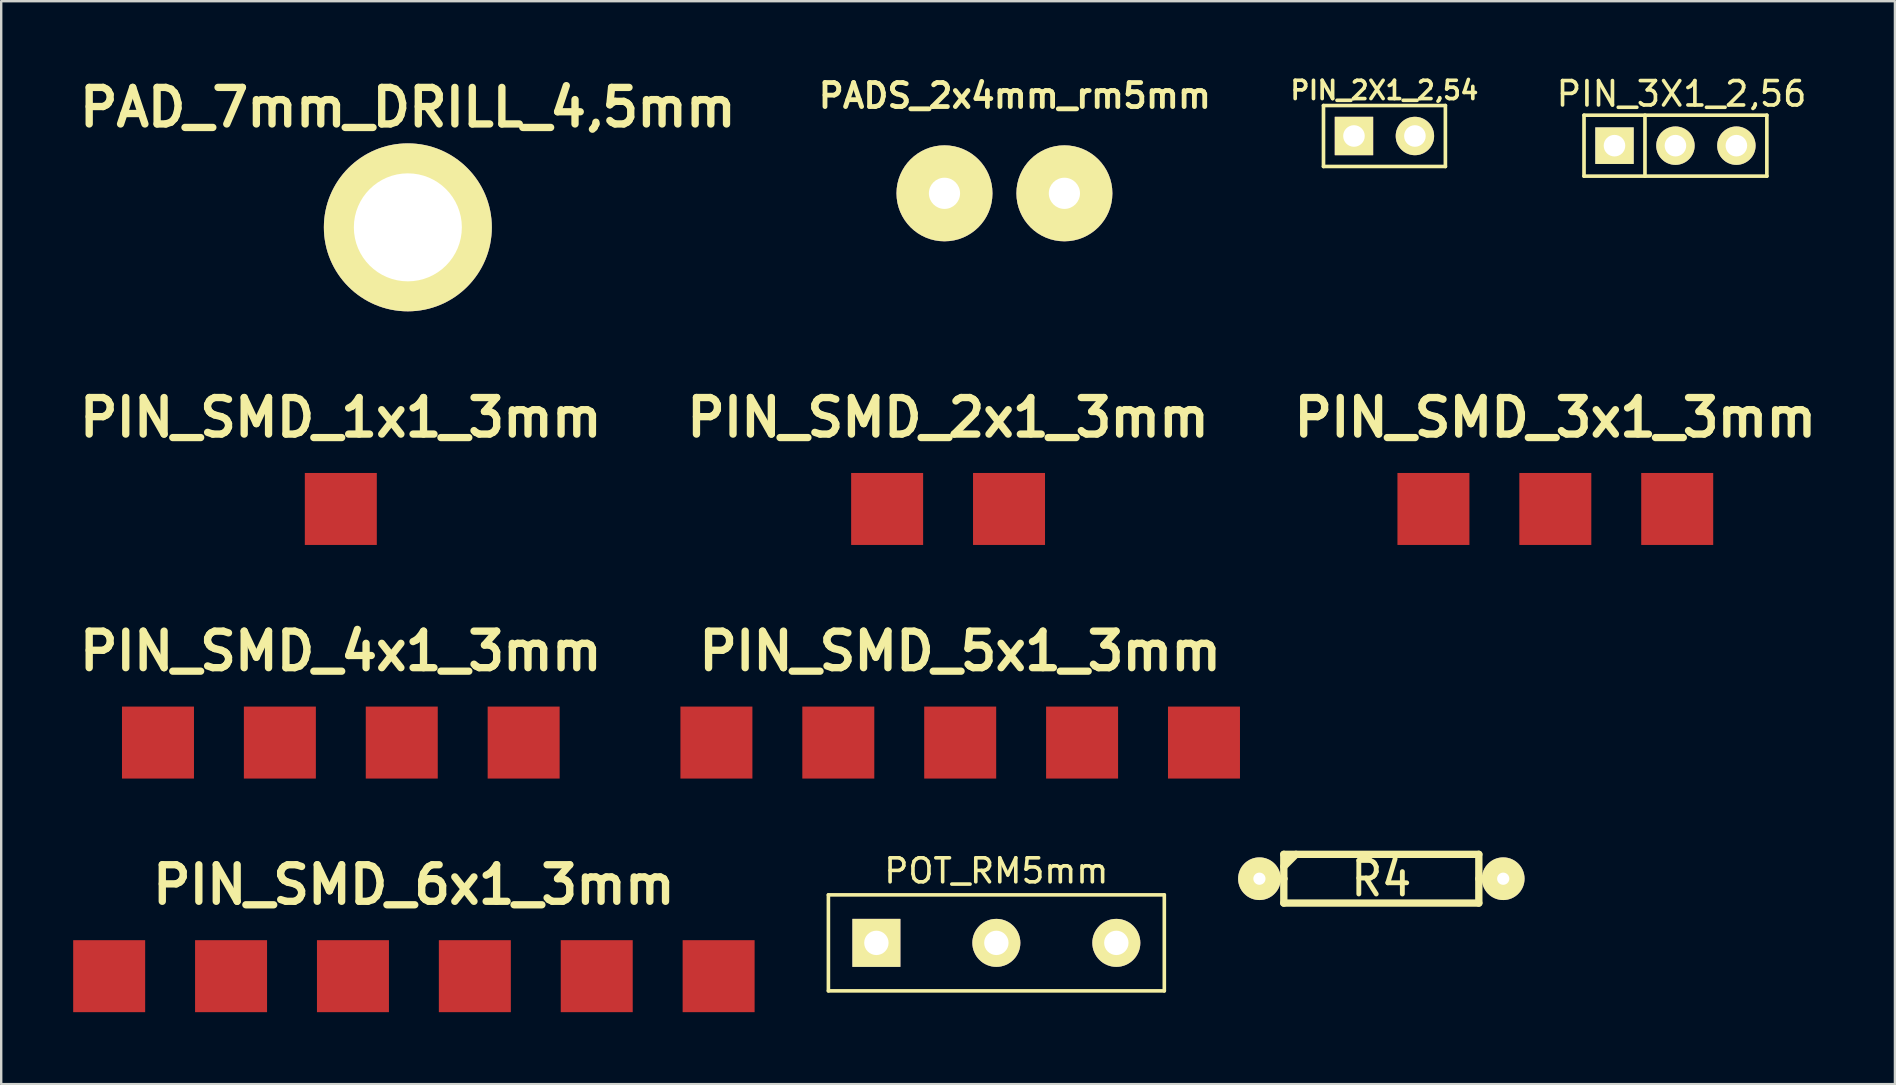
<source format=kicad_pcb>
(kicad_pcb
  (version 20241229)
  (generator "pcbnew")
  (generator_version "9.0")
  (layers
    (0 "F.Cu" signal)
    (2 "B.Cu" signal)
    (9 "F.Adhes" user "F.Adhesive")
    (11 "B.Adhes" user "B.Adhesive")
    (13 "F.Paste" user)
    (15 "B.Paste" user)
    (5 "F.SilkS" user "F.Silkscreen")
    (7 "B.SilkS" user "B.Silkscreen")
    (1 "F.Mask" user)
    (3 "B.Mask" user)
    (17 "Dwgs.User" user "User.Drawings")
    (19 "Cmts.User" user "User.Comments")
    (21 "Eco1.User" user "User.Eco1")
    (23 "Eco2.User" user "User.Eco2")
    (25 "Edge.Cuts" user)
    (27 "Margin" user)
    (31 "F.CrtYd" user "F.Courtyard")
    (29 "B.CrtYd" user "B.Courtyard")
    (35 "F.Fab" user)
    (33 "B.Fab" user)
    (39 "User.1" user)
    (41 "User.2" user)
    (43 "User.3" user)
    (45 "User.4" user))
  (footprint "R4"
    (layer "F.Cu")
    (at 54.519 33.572)
    (property "Reference" "R4" (at 0 0 0) (layer "F.SilkS") (effects (font (size 1.397 1.27) (thickness 0.203))))
    (attr through_hole)
    (fp_line (start -5.08 0) (end -4.064 0) (stroke (width 0.305) (type solid)) (layer "F.SilkS"))
    (fp_line (start -4.064 -1.016) (end 4.064 -1.016) (stroke (width 0.305) (type solid)) (layer "F.SilkS"))
    (fp_line (start -4.064 -0.508) (end -3.556 -1.016) (stroke (width 0.305) (type solid)) (layer "F.SilkS"))
    (fp_line (start -4.064 0) (end -4.064 -1.016) (stroke (width 0.305) (type solid)) (layer "F.SilkS"))
    (fp_line (start -4.064 1.016) (end -4.064 0) (stroke (width 0.305) (type solid)) (layer "F.SilkS"))
    (fp_line (start 4.064 -1.016) (end 4.064 1.016) (stroke (width 0.305) (type solid)) (layer "F.SilkS"))
    (fp_line (start 4.064 1.016) (end -4.064 1.016) (stroke (width 0.305) (type solid)) (layer "F.SilkS"))
    (fp_line (start 5.08 0) (end 4.064 0) (stroke (width 0.305) (type solid)) (layer "F.SilkS"))
    (pad "1" thru_hole circle (at -5.08 0) (size 1.778 1.778) (drill 0.508) (layers "*.Cu" "*.Mask" "F.SilkS"))
    (pad "2" thru_hole circle (at 5.08 0) (size 1.778 1.778) (drill 0.508) (layers "*.Cu" "*.Mask" "F.SilkS")))
  (footprint "PIN_SMD_3x1_3mm"
    (layer "F.Cu")
    (at 61.771 18.162)
    (property "Reference" "PIN_SMD_3x1_3mm" (at 0 -3.81 0) (layer "F.SilkS") (effects (font (size 1.524 1.524) (thickness 0.305))))
    (attr through_hole)
    (pad "1" smd rect (at -5.08 0) (size 3 3) (layers "F.Cu" "F.Mask" "F.Paste"))
    (pad "2" smd rect (at 0 0) (size 3 3) (layers "F.Cu" "F.Mask" "F.Paste"))
    (pad "3" smd rect (at 5.08 0) (size 3 3) (layers "F.Cu" "F.Mask" "F.Paste")))
  (footprint "PAD_7mm_DRILL_4,5mm"
    (layer "F.Cu")
    (at 13.948 7.426)
    (property "Reference" "PAD_7mm_DRILL_4,5mm" (at 0 -5.999 0) (layer "F.SilkS") (effects (font (size 1.524 1.524) (thickness 0.305))))
    (attr through_hole)
    (pad "1" thru_hole circle (at 0 -1.001) (size 7 7) (drill 4.501) (layers "*.Cu" "*.Mask" "F.SilkS")))
  (footprint "PIN_3X1_2,56"
    (layer "F.Cu")
    (at 66.777 3.021)
    (property "Reference" "PIN_3X1_2,56" (at 0.254 -2.159 0) (layer "F.SilkS") (effects (font (size 1.016 1.016) (thickness 0.152))))
    (attr through_hole)
    (fp_line (start -3.81 -1.27) (end 3.81 -1.27) (stroke (width 0.152) (type solid)) (layer "F.SilkS"))
    (fp_line (start -3.81 1.27) (end -3.81 -1.27) (stroke (width 0.152) (type solid)) (layer "F.SilkS"))
    (fp_line (start -1.27 -1.27) (end -1.27 1.27) (stroke (width 0.152) (type solid)) (layer "F.SilkS"))
    (fp_line (start 3.81 -1.27) (end 3.81 1.27) (stroke (width 0.152) (type solid)) (layer "F.SilkS"))
    (fp_line (start 3.81 1.27) (end -3.81 1.27) (stroke (width 0.152) (type solid)) (layer "F.SilkS"))
    (pad "1" thru_hole rect (at -2.54 0) (size 1.6 1.524) (drill 0.899) (layers "*.Cu" "*.Mask" "F.SilkS"))
    (pad "2" thru_hole circle (at 0 0) (size 1.6 1.6) (drill 0.899) (layers "*.Cu" "*.Mask" "F.SilkS"))
    (pad "3" thru_hole circle (at 2.54 0) (size 1.6 1.6) (drill 0.899) (layers "*.Cu" "*.Mask" "F.SilkS")))
  (footprint "PIN_2X1_2,54"
    (layer "F.Cu")
    (at 54.649 2.618)
    (property "Reference" "PIN_2X1_2,54" (at 0 -1.905 0) (layer "F.SilkS") (effects (font (size 0.762 0.762) (thickness 0.152))))
    (attr through_hole)
    (fp_line (start -2.54 -1.27) (end 2.54 -1.27) (stroke (width 0.152) (type solid)) (layer "F.SilkS"))
    (fp_line (start -2.54 1.27) (end -2.54 -1.27) (stroke (width 0.152) (type solid)) (layer "F.SilkS"))
    (fp_line (start 2.54 -1.27) (end 2.54 1.27) (stroke (width 0.152) (type solid)) (layer "F.SilkS"))
    (fp_line (start 2.54 1.27) (end -2.54 1.27) (stroke (width 0.152) (type solid)) (layer "F.SilkS"))
    (pad "1" thru_hole rect (at -1.27 0) (size 1.6 1.6) (drill 0.899) (layers "*.Cu" "*.Mask" "F.SilkS"))
    (pad "2" thru_hole circle (at 1.27 0) (size 1.6 1.6) (drill 0.899) (layers "*.Cu" "*.Mask" "F.SilkS")))
  (footprint "PIN_SMD_1x1_3mm"
    (layer "F.Cu")
    (at 11.154 18.162)
    (property "Reference" "PIN_SMD_1x1_3mm" (at 0 -3.81 0) (layer "F.SilkS") (effects (font (size 1.524 1.524) (thickness 0.305))))
    (attr through_hole)
    (pad "1" smd rect (at 0 0) (size 3 3) (layers "F.Cu" "F.Mask" "F.Paste")))
  (footprint "PIN_SMD_6x1_3mm"
    (layer "F.Cu")
    (at 14.2 37.634)
    (property "Reference" "PIN_SMD_6x1_3mm" (at 0 -3.81 0) (layer "F.SilkS") (effects (font (size 1.524 1.524) (thickness 0.305))))
    (attr through_hole)
    (pad "1" smd rect (at -12.7 0) (size 3 3) (layers "F.Cu" "F.Mask" "F.Paste"))
    (pad "2" smd rect (at -7.62 0) (size 3 3) (layers "F.Cu" "F.Mask" "F.Paste"))
    (pad "3" smd rect (at -2.54 0) (size 3 3) (layers "F.Cu" "F.Mask" "F.Paste"))
    (pad "4" smd rect (at 2.54 0) (size 3 3) (layers "F.Cu" "F.Mask" "F.Paste"))
    (pad "5" smd rect (at 7.62 0) (size 3 3) (layers "F.Cu" "F.Mask" "F.Paste"))
    (pad "6" smd rect (at 12.7 0) (size 3 3) (layers "F.Cu" "F.Mask" "F.Paste")))
  (footprint "PADS_2x4mm_rm5mm"
    (layer "F.Cu")
    (at 38.746 5.187)
    (property "Reference" "PADS_2x4mm_rm5mm" (at 0.5 -4.249 0) (layer "F.SilkS") (effects (font (size 1.001 1.001) (thickness 0.201))))
    (attr through_hole)
    (pad "1" thru_hole circle (at -2.433 -0.18 90) (size 4 4) (drill 1.3) (layers "*.Cu" "*.Mask" "F.SilkS"))
    (pad "2" thru_hole circle (at 2.565 -0.18 90) (size 4 4) (drill 1.3) (layers "*.Cu" "*.Mask" "F.SilkS")))
  (footprint "PIN_SMD_2x1_3mm"
    (layer "F.Cu")
    (at 36.463 18.162)
    (property "Reference" "PIN_SMD_2x1_3mm" (at 0 -3.81 0) (layer "F.SilkS") (effects (font (size 1.524 1.524) (thickness 0.305))))
    (attr through_hole)
    (pad "1" smd rect (at -2.54 0) (size 3 3) (layers "F.Cu" "F.Mask" "F.Paste"))
    (pad "2" smd rect (at 2.54 0) (size 3 3) (layers "F.Cu" "F.Mask" "F.Paste")))
  (footprint "PIN_SMD_5x1_3mm"
    (layer "F.Cu")
    (at 36.968 27.898)
    (property "Reference" "PIN_SMD_5x1_3mm" (at 0 -3.81 0) (layer "F.SilkS") (effects (font (size 1.524 1.524) (thickness 0.305))))
    (attr through_hole)
    (pad "1" smd rect (at -10.16 0) (size 3 3) (layers "F.Cu" "F.Mask" "F.Paste"))
    (pad "2" smd rect (at -5.08 0) (size 3 3) (layers "F.Cu" "F.Mask" "F.Paste"))
    (pad "3" smd rect (at 0 0) (size 3 3) (layers "F.Cu" "F.Mask" "F.Paste"))
    (pad "4" smd rect (at 5.08 0) (size 3 3) (layers "F.Cu" "F.Mask" "F.Paste"))
    (pad "5" smd rect (at 10.16 0) (size 3 3) (layers "F.Cu" "F.Mask" "F.Paste")))
  (footprint "PIN_SMD_4x1_3mm"
    (layer "F.Cu")
    (at 11.154 27.898)
    (property "Reference" "PIN_SMD_4x1_3mm" (at 0 -3.81 0) (layer "F.SilkS") (effects (font (size 1.524 1.524) (thickness 0.305))))
    (attr through_hole)
    (pad "1" smd rect (at -7.62 0) (size 3 3) (layers "F.Cu" "F.Mask" "F.Paste"))
    (pad "2" smd rect (at -2.54 0) (size 3 3) (layers "F.Cu" "F.Mask" "F.Paste"))
    (pad "3" smd rect (at 2.54 0) (size 3 3) (layers "F.Cu" "F.Mask" "F.Paste"))
    (pad "4" smd rect (at 7.62 0) (size 3 3) (layers "F.Cu" "F.Mask" "F.Paste")))
  (footprint "POT_RM5mm"
    (layer "F.Cu")
    (at 38.475 36.246)
    (property "Reference" "POT_RM5mm" (at 0 -3 0) (layer "F.SilkS") (effects (font (size 1 1) (thickness 0.15))))
    (attr through_hole)
    (fp_line (start -7 -2) (end 7 -2) (stroke (width 0.15) (type solid)) (layer "F.SilkS"))
    (fp_line (start -7 2) (end -7 -2) (stroke (width 0.15) (type solid)) (layer "F.SilkS"))
    (fp_line (start 7 -2) (end 7 2) (stroke (width 0.15) (type solid)) (layer "F.SilkS"))
    (fp_line (start 7 2) (end -7 2) (stroke (width 0.15) (type solid)) (layer "F.SilkS"))
    (pad "1" thru_hole rect (at -5 0) (size 2 2) (drill 1.016) (layers "*.Cu" "*.Mask" "F.SilkS"))
    (pad "2" thru_hole circle (at 0 0) (size 2 2) (drill 1.016) (layers "*.Cu" "*.Mask" "F.SilkS"))
    (pad "3" thru_hole circle (at 5 0) (size 2 2) (drill 1.016) (layers "*.Cu" "*.Mask" "F.SilkS")))
  (gr_rect
    (start -3 -3)
    (end 75.925 42.134)
    (stroke (width 0.1) (type default))
    (fill no)
    (layer "Edge.Cuts")))
</source>
